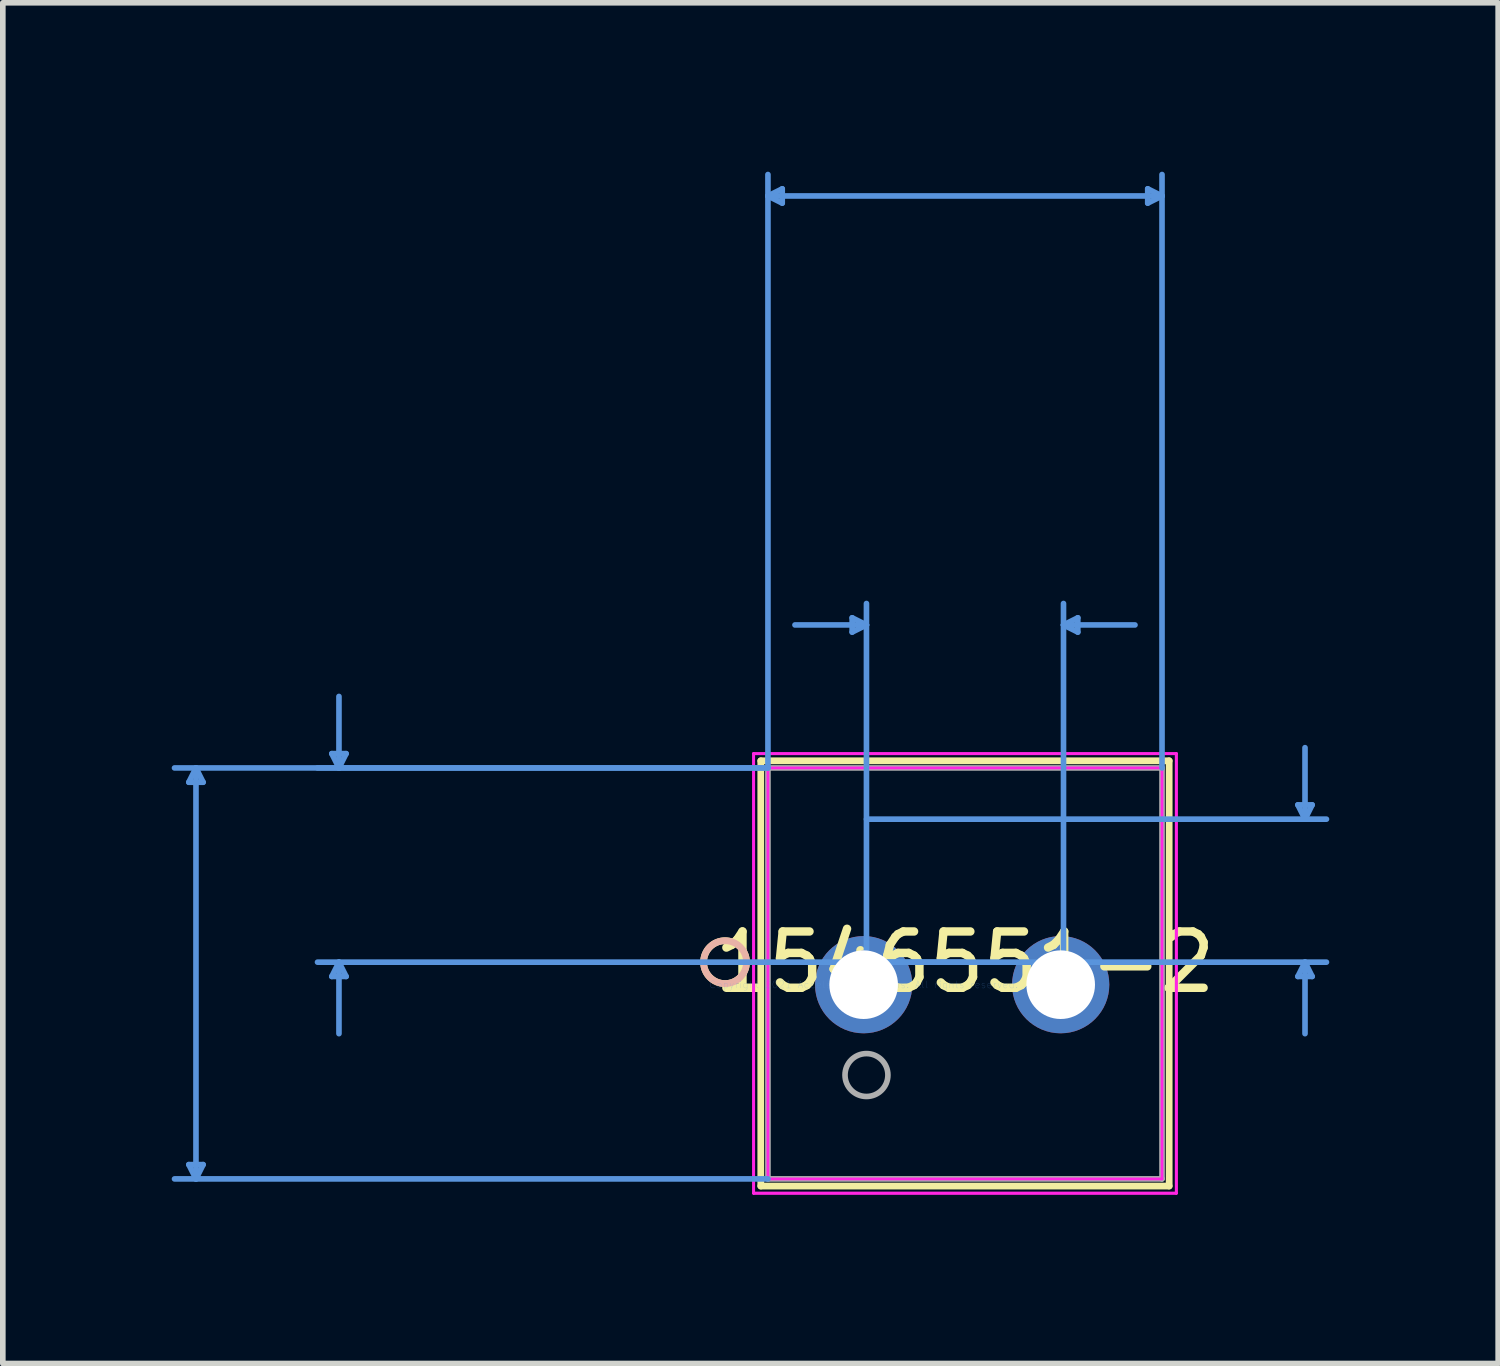
<source format=kicad_pcb>
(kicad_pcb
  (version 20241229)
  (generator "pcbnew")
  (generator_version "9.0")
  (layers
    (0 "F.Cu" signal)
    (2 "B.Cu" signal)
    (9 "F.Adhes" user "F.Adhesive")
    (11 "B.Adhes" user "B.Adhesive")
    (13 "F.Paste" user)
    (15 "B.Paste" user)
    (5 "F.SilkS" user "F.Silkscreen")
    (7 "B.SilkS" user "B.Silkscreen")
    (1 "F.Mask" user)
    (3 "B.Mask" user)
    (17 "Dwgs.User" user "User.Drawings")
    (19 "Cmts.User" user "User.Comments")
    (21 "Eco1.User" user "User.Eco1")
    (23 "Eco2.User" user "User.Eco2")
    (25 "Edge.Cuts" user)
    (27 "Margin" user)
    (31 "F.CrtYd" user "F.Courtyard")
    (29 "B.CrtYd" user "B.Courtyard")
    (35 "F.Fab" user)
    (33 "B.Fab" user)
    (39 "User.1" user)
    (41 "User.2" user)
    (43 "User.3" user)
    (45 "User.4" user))
  (footprint "1546551-2"
    (layer "F.Cu")
    (at 12.291 14.441)
    (property "Reference" "1546551-2" (at 1.8 -0.4 0) (layer "F.SilkS") (effects (font (size 1 1) (thickness 0.15))))
    (attr through_hole)
    (fp_line (start -1.827 -3.977) (end -1.827 3.577) (stroke (width 0.12) (type solid)) (layer "F.SilkS"))
    (fp_line (start -1.827 3.577) (end 5.427 3.577) (stroke (width 0.12) (type solid)) (layer "F.SilkS"))
    (fp_line (start 5.427 -3.977) (end -1.827 -3.977) (stroke (width 0.12) (type solid)) (layer "F.SilkS"))
    (fp_line (start 5.427 3.577) (end 5.427 -3.977) (stroke (width 0.12) (type solid)) (layer "F.SilkS"))
    (fp_circle (center -2.462 -0.4) (end -2.081 -0.4) (stroke (width 0.12) (type solid)) (fill no) (layer "F.SilkS"))
    (fp_circle (center -2.462 -0.4) (end -2.081 -0.4) (stroke (width 0.12) (type solid)) (fill no) (layer "B.SilkS"))
    (fp_line (start -11.987 -3.596) (end -11.733 -3.596) (stroke (width 0.1) (type solid)) (layer "Cmts.User"))
    (fp_line (start -11.987 3.196) (end -11.733 3.196) (stroke (width 0.1) (type solid)) (layer "Cmts.User"))
    (fp_line (start -11.86 -3.85) (end -11.987 -3.596) (stroke (width 0.1) (type solid)) (layer "Cmts.User"))
    (fp_line (start -11.86 -3.85) (end -11.86 3.45) (stroke (width 0.1) (type solid)) (layer "Cmts.User"))
    (fp_line (start -11.86 -3.85) (end -11.733 -3.596) (stroke (width 0.1) (type solid)) (layer "Cmts.User"))
    (fp_line (start -11.86 3.45) (end -11.987 3.196) (stroke (width 0.1) (type solid)) (layer "Cmts.User"))
    (fp_line (start -11.86 3.45) (end -11.733 3.196) (stroke (width 0.1) (type solid)) (layer "Cmts.User"))
    (fp_line (start -9.447 -4.104) (end -9.193 -4.104) (stroke (width 0.1) (type solid)) (layer "Cmts.User"))
    (fp_line (start -9.447 -0.146) (end -9.193 -0.146) (stroke (width 0.1) (type solid)) (layer "Cmts.User"))
    (fp_line (start -9.32 -3.85) (end -9.447 -4.104) (stroke (width 0.1) (type solid)) (layer "Cmts.User"))
    (fp_line (start -9.32 -3.85) (end -9.32 -5.12) (stroke (width 0.1) (type solid)) (layer "Cmts.User"))
    (fp_line (start -9.32 -3.85) (end -9.193 -4.104) (stroke (width 0.1) (type solid)) (layer "Cmts.User"))
    (fp_line (start -9.32 -0.4) (end -9.447 -0.146) (stroke (width 0.1) (type solid)) (layer "Cmts.User"))
    (fp_line (start -9.32 -0.4) (end -9.32 0.87) (stroke (width 0.1) (type solid)) (layer "Cmts.User"))
    (fp_line (start -9.32 -0.4) (end -9.193 -0.146) (stroke (width 0.1) (type solid)) (layer "Cmts.User"))
    (fp_line (start -1.7 -14.01) (end -1.446 -14.137) (stroke (width 0.1) (type solid)) (layer "Cmts.User"))
    (fp_line (start -1.7 -14.01) (end -1.446 -13.883) (stroke (width 0.1) (type solid)) (layer "Cmts.User"))
    (fp_line (start -1.7 -14.01) (end 5.3 -14.01) (stroke (width 0.1) (type solid)) (layer "Cmts.User"))
    (fp_line (start -1.7 -3.85) (end -12.241 -3.85) (stroke (width 0.1) (type solid)) (layer "Cmts.User"))
    (fp_line (start -1.7 -3.85) (end -9.701 -3.85) (stroke (width 0.1) (type solid)) (layer "Cmts.User"))
    (fp_line (start -1.7 -3.85) (end -1.7 -14.391) (stroke (width 0.1) (type solid)) (layer "Cmts.User"))
    (fp_line (start -1.7 3.45) (end -12.241 3.45) (stroke (width 0.1) (type solid)) (layer "Cmts.User"))
    (fp_line (start -1.446 -14.137) (end -1.446 -13.883) (stroke (width 0.1) (type solid)) (layer "Cmts.User"))
    (fp_line (start -0.204 -6.517) (end -0.204 -6.263) (stroke (width 0.1) (type solid)) (layer "Cmts.User"))
    (fp_line (start 0.05 -6.39) (end -1.22 -6.39) (stroke (width 0.1) (type solid)) (layer "Cmts.User"))
    (fp_line (start 0.05 -6.39) (end -0.204 -6.517) (stroke (width 0.1) (type solid)) (layer "Cmts.User"))
    (fp_line (start 0.05 -6.39) (end -0.204 -6.263) (stroke (width 0.1) (type solid)) (layer "Cmts.User"))
    (fp_line (start 0.05 -2.94) (end 8.221 -2.94) (stroke (width 0.1) (type solid)) (layer "Cmts.User"))
    (fp_line (start 0.05 -0.4) (end 0.05 -6.771) (stroke (width 0.1) (type solid)) (layer "Cmts.User"))
    (fp_line (start 0.05 -0.4) (end 8.221 -0.4) (stroke (width 0.1) (type solid)) (layer "Cmts.User"))
    (fp_line (start 1.8 -0.4) (end -9.701 -0.4) (stroke (width 0.1) (type solid)) (layer "Cmts.User"))
    (fp_line (start 3.55 -6.39) (end 3.804 -6.517) (stroke (width 0.1) (type solid)) (layer "Cmts.User"))
    (fp_line (start 3.55 -6.39) (end 3.804 -6.263) (stroke (width 0.1) (type solid)) (layer "Cmts.User"))
    (fp_line (start 3.55 -6.39) (end 4.82 -6.39) (stroke (width 0.1) (type solid)) (layer "Cmts.User"))
    (fp_line (start 3.55 -0.4) (end 3.55 -6.771) (stroke (width 0.1) (type solid)) (layer "Cmts.User"))
    (fp_line (start 3.804 -6.517) (end 3.804 -6.263) (stroke (width 0.1) (type solid)) (layer "Cmts.User"))
    (fp_line (start 5.046 -14.137) (end 5.046 -13.883) (stroke (width 0.1) (type solid)) (layer "Cmts.User"))
    (fp_line (start 5.3 -14.01) (end 5.046 -14.137) (stroke (width 0.1) (type solid)) (layer "Cmts.User"))
    (fp_line (start 5.3 -14.01) (end 5.046 -13.883) (stroke (width 0.1) (type solid)) (layer "Cmts.User"))
    (fp_line (start 5.3 -3.85) (end 5.3 -14.391) (stroke (width 0.1) (type solid)) (layer "Cmts.User"))
    (fp_line (start 7.713 -3.194) (end 7.967 -3.194) (stroke (width 0.1) (type solid)) (layer "Cmts.User"))
    (fp_line (start 7.713 -0.146) (end 7.967 -0.146) (stroke (width 0.1) (type solid)) (layer "Cmts.User"))
    (fp_line (start 7.84 -2.94) (end 7.713 -3.194) (stroke (width 0.1) (type solid)) (layer "Cmts.User"))
    (fp_line (start 7.84 -2.94) (end 7.84 -4.21) (stroke (width 0.1) (type solid)) (layer "Cmts.User"))
    (fp_line (start 7.84 -2.94) (end 7.967 -3.194) (stroke (width 0.1) (type solid)) (layer "Cmts.User"))
    (fp_line (start 7.84 -0.4) (end 7.713 -0.146) (stroke (width 0.1) (type solid)) (layer "Cmts.User"))
    (fp_line (start 7.84 -0.4) (end 7.84 0.87) (stroke (width 0.1) (type solid)) (layer "Cmts.User"))
    (fp_line (start 7.84 -0.4) (end 7.967 -0.146) (stroke (width 0.1) (type solid)) (layer "Cmts.User"))
    (fp_line (start -1.954 -4.104) (end -1.954 3.704) (stroke (width 0.05) (type solid)) (layer "F.CrtYd"))
    (fp_line (start -1.954 -4.104) (end -1.954 3.704) (stroke (width 0.05) (type solid)) (layer "F.CrtYd"))
    (fp_line (start -1.954 3.704) (end 5.554 3.704) (stroke (width 0.05) (type solid)) (layer "F.CrtYd"))
    (fp_line (start -1.954 3.704) (end 5.554 3.704) (stroke (width 0.05) (type solid)) (layer "F.CrtYd"))
    (fp_line (start -1.7 -3.85) (end -1.7 3.45) (stroke (width 0.05) (type solid)) (layer "F.CrtYd"))
    (fp_line (start -1.7 3.45) (end 5.3 3.45) (stroke (width 0.05) (type solid)) (layer "F.CrtYd"))
    (fp_line (start 5.3 -3.85) (end -1.7 -3.85) (stroke (width 0.05) (type solid)) (layer "F.CrtYd"))
    (fp_line (start 5.3 3.45) (end 5.3 -3.85) (stroke (width 0.05) (type solid)) (layer "F.CrtYd"))
    (fp_line (start 5.554 -4.104) (end -1.954 -4.104) (stroke (width 0.05) (type solid)) (layer "F.CrtYd"))
    (fp_line (start 5.554 -4.104) (end -1.954 -4.104) (stroke (width 0.05) (type solid)) (layer "F.CrtYd"))
    (fp_line (start 5.554 3.704) (end 5.554 -4.104) (stroke (width 0.05) (type solid)) (layer "F.CrtYd"))
    (fp_line (start 5.554 3.704) (end 5.554 -4.104) (stroke (width 0.05) (type solid)) (layer "F.CrtYd"))
    (fp_line (start -1.7 -3.85) (end -1.7 3.45) (stroke (width 0.1) (type solid)) (layer "F.Fab"))
    (fp_line (start -1.7 3.45) (end 5.3 3.45) (stroke (width 0.1) (type solid)) (layer "F.Fab"))
    (fp_line (start 5.3 -3.85) (end -1.7 -3.85) (stroke (width 0.1) (type solid)) (layer "F.Fab"))
    (fp_line (start 5.3 3.45) (end 5.3 -3.85) (stroke (width 0.1) (type solid)) (layer "F.Fab"))
    (fp_circle (center 0.05 1.605) (end 0.431 1.605) (stroke (width 0.1) (type solid)) (fill no) (layer "F.Fab"))
    (fp_text user "*" (at 0 0 0) (layer "F.SilkS") (effects (font (size 1 1) (thickness 0.15))))
    (fp_text user "Copyright 2021 Accelerated Designs. All rights reserved." (at 0 0 0) (layer "Cmts.User") (effects (font (size 0.127 0.127) (thickness 0.002))))
    (fp_text user "*" (at 0 0 0) (layer "F.Fab") (effects (font (size 1 1) (thickness 0.15))))
    (pad "1" thru_hole circle (at 0 0) (size 1.727 1.727) (drill 1.219) (layers "*.Cu" "*.Mask"))
    (pad "2" thru_hole circle (at 3.5 0) (size 1.727 1.727) (drill 1.219) (layers "*.Cu" "*.Mask")))
  (gr_rect
    (start -3 -3)
    (end 23.562 21.17)
    (stroke (width 0.1) (type default))
    (fill no)
    (layer "Edge.Cuts")))
</source>
